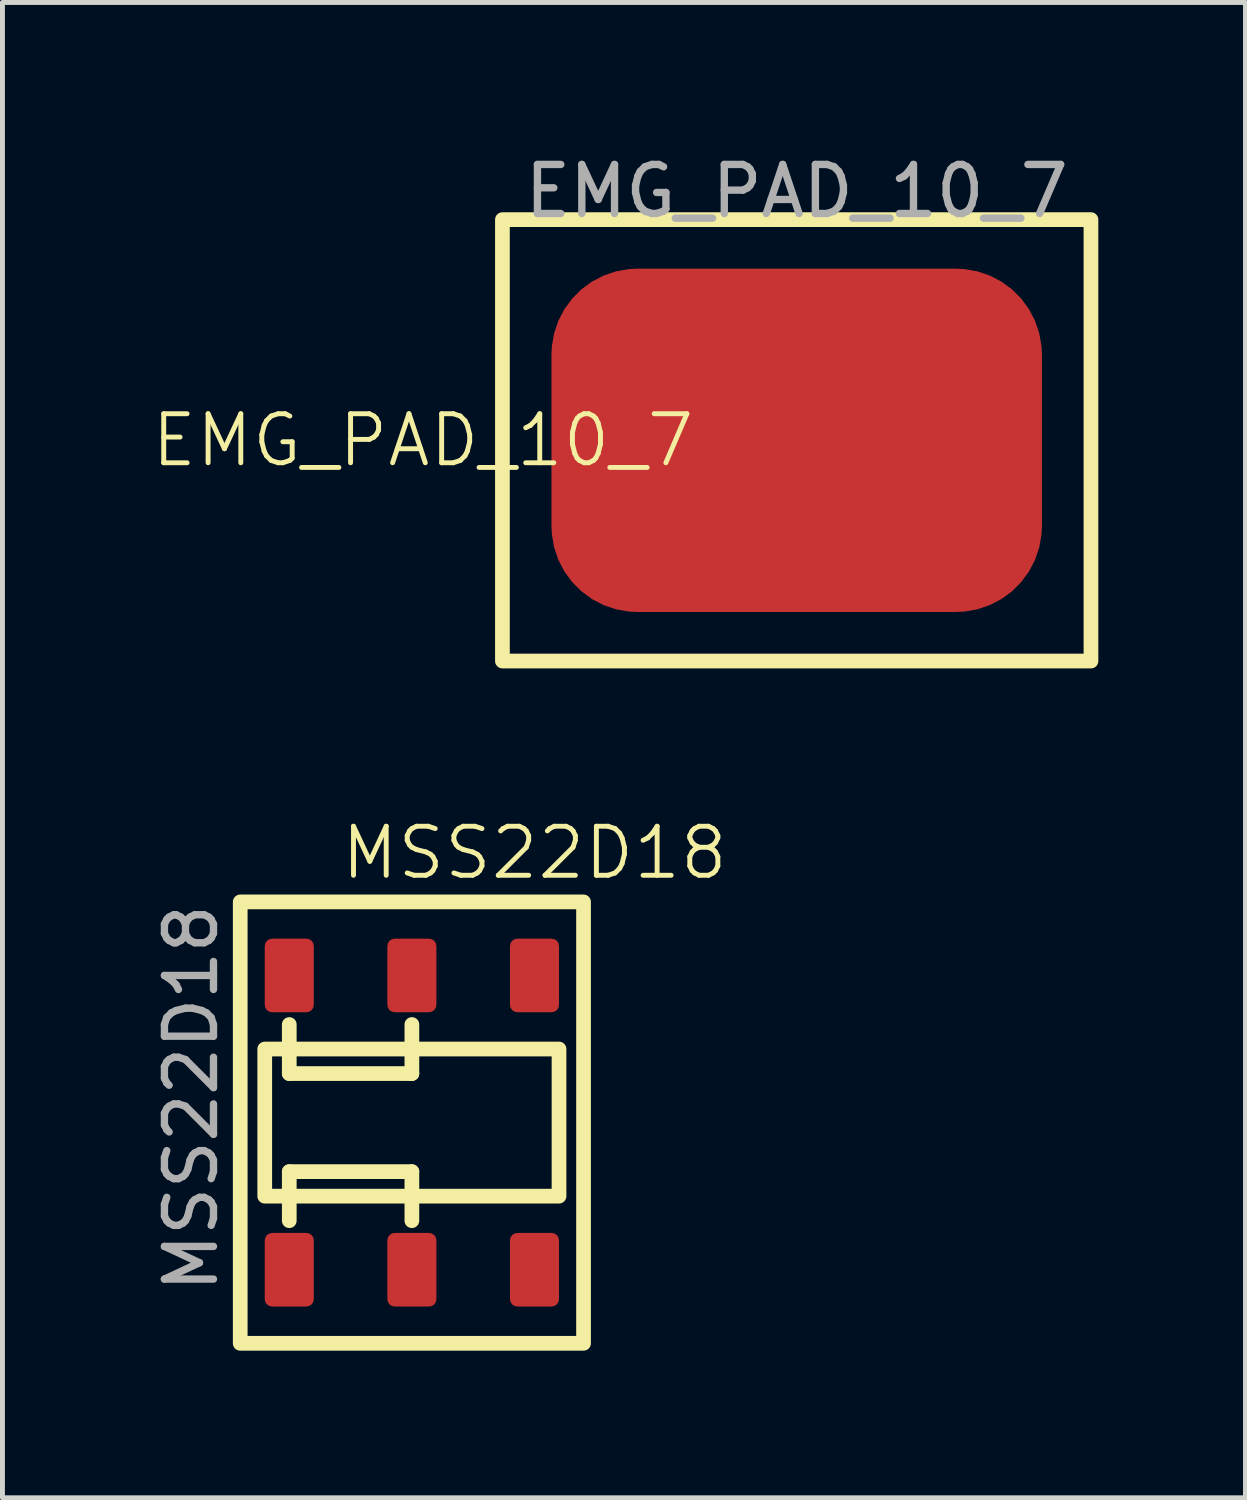
<source format=kicad_pcb>
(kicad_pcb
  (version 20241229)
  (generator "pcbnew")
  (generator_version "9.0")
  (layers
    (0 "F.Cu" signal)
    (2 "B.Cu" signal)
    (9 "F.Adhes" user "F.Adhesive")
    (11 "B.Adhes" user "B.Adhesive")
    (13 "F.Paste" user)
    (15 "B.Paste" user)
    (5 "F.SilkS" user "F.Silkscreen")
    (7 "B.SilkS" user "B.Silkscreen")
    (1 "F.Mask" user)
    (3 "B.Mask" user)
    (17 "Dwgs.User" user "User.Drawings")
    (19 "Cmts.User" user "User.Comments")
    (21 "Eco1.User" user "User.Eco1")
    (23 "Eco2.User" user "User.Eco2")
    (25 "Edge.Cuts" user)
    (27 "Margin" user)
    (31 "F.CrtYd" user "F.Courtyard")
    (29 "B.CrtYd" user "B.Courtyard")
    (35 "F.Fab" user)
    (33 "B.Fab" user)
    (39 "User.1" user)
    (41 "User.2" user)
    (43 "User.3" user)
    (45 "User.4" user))
  (footprint "MSS22D18"
    (layer "F.Cu")
    (at 5.348 19.839)
    (property "Reference" "MSS22D18" (at 2.5 -5.5 0) (unlocked yes) (layer "F.SilkS") (effects (font (size 1 1) (thickness 0.1))))
    (attr smd)
    (fp_line (start -2.5 -2) (end -2.5 -1) (stroke (width 0.3) (type default)) (layer "F.SilkS"))
    (fp_line (start -2.5 -1) (end 0 -1) (stroke (width 0.3) (type default)) (layer "F.SilkS"))
    (fp_line (start -2.5 1) (end 0 1) (stroke (width 0.3) (type default)) (layer "F.SilkS"))
    (fp_line (start -2.5 2) (end -2.5 1) (stroke (width 0.3) (type default)) (layer "F.SilkS"))
    (fp_line (start 0 -1) (end 0 -2) (stroke (width 0.3) (type default)) (layer "F.SilkS"))
    (fp_line (start 0 1) (end 0 2) (stroke (width 0.3) (type default)) (layer "F.SilkS"))
    (fp_rect (start -3.5 -4.5) (end 3.5 4.5) (stroke (width 0.3) (type default)) (fill no) (layer "F.SilkS"))
    (fp_rect (start -3 -1.5) (end 3 1.5) (stroke (width 0.3) (type default)) (fill no) (layer "F.SilkS"))
    (fp_text user "${REFERENCE}" (at -4.5 -0.5 90) (unlocked yes) (layer "F.Fab") (effects (font (size 1 1) (thickness 0.15))))
    (pad "1" smd roundrect (at 2.5 3) (size 1 1.5) (layers "F.Cu" "F.Mask" "F.Paste") (roundrect_rratio 0.15))
    (pad "2" smd roundrect (at 0 3) (size 1 1.5) (layers "F.Cu" "F.Mask" "F.Paste") (roundrect_rratio 0.15))
    (pad "3" smd roundrect (at -2.5 3) (size 1 1.5) (layers "F.Cu" "F.Mask" "F.Paste") (roundrect_rratio 0.15))
    (pad "4" smd roundrect (at 2.5 -3) (size 1 1.5) (layers "F.Cu" "F.Mask" "F.Paste") (roundrect_rratio 0.15))
    (pad "5" smd roundrect (at 0 -3) (size 1 1.5) (layers "F.Cu" "F.Mask" "F.Paste") (roundrect_rratio 0.15))
    (pad "6" smd roundrect (at -2.5 -3) (size 1 1.5) (layers "F.Cu" "F.Mask" "F.Paste") (roundrect_rratio 0.15)))
  (footprint "EMG_PAD_10_7"
    (layer "F.Cu")
    (at 13.194 5.928)
    (property "Reference" "EMG_PAD_10_7" (at -7.62 0 0) (unlocked yes) (layer "F.SilkS") (effects (font (size 1 1) (thickness 0.1))))
    (attr smd)
    (fp_rect (start -6 -4.5) (end 6 4.5) (stroke (width 0.3) (type solid)) (fill no) (layer "F.SilkS"))
    (fp_text user "${REFERENCE}" (at 0 -5.08 0) (unlocked yes) (layer "F.Fab") (effects (font (size 1 1) (thickness 0.15))))
    (pad "1" smd roundrect (at 0 0) (size 10 7) (layers "F.Cu" "F.Mask" "F.Paste") (roundrect_rratio 0.25)))
  (gr_rect
    (start -3 -3)
    (end 22.344 27.489)
    (stroke (width 0.1) (type default))
    (fill no)
    (layer "Edge.Cuts")))
</source>
